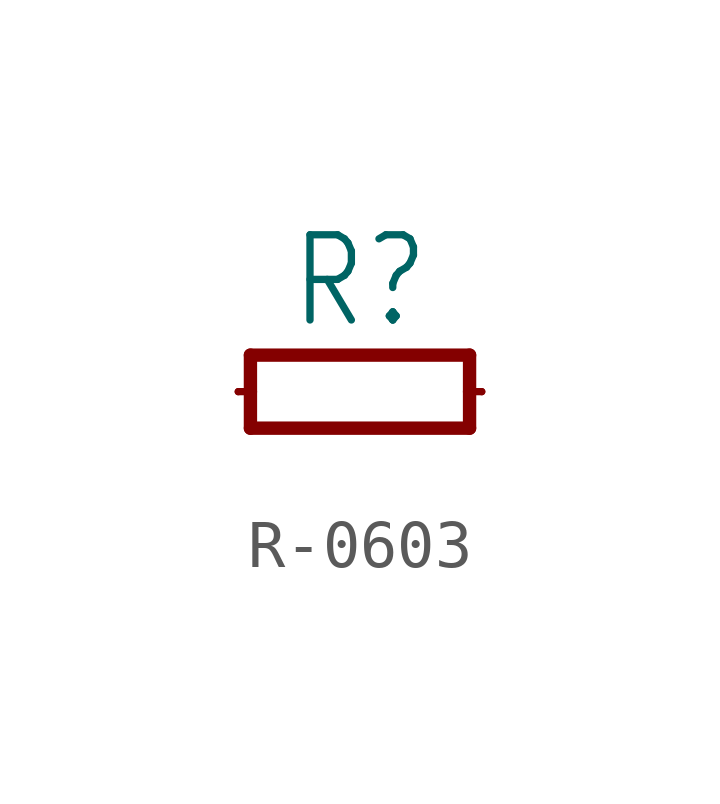
<source format=kicad_sym>
(kicad_symbol_lib
  (version 20241209)
  (generator "kicad_symbol_editor")
  (generator_version "9.0")
  (symbol "R-0603"
    (property "Reference" "R"
      (at 0 1.27 0)
      (effects (font (size 1.778 1.511)) (justify bottom)))
    (property "Value" ""
      (at 0 -1.27 0)
      (effects (font (size 1.778 1.511)) (justify top)))
    (property "ki_locked" ""
      (at 0 0 0)
      (effects (font (size 1.27 1.27))))
    (symbol "R-0603_1_0"
      (polyline (pts (xy -2.54 0) (xy -2.286 0)) (stroke (width 0.152) (type solid)) (fill (type none)))
      (polyline (pts (xy -2.286 0.762) (xy 2.286 0.762)) (stroke (width 0.279) (type solid)) (fill (type none)))
      (polyline (pts (xy -2.286 0) (xy -2.286 0.762)) (stroke (width 0.279) (type solid)) (fill (type none)))
      (polyline (pts (xy -2.286 -0.762) (xy -2.286 0)) (stroke (width 0.279) (type solid)) (fill (type none)))
      (polyline (pts (xy -2.286 -0.762) (xy 2.286 -0.762)) (stroke (width 0.279) (type solid)) (fill (type none)))
      (polyline (pts (xy 2.286 0.762) (xy 2.286 0)) (stroke (width 0.279) (type solid)) (fill (type none)))
      (polyline (pts (xy 2.286 0) (xy 2.286 -0.762)) (stroke (width 0.279) (type solid)) (fill (type none)))
      (polyline (pts (xy 2.286 0) (xy 2.54 0)) (stroke (width 0.152) (type solid)) (fill (type none)))
      (pin passive line (at -2.54 0 0) (length 0) (name "1" (effects (font (size 0 0)))) (number "1" (effects (font (size 0 0)))))
      (pin passive line (at 2.54 0 180) (length 0) (name "2" (effects (font (size 0 0)))) (number "2" (effects (font (size 0 0))))))))
</source>
